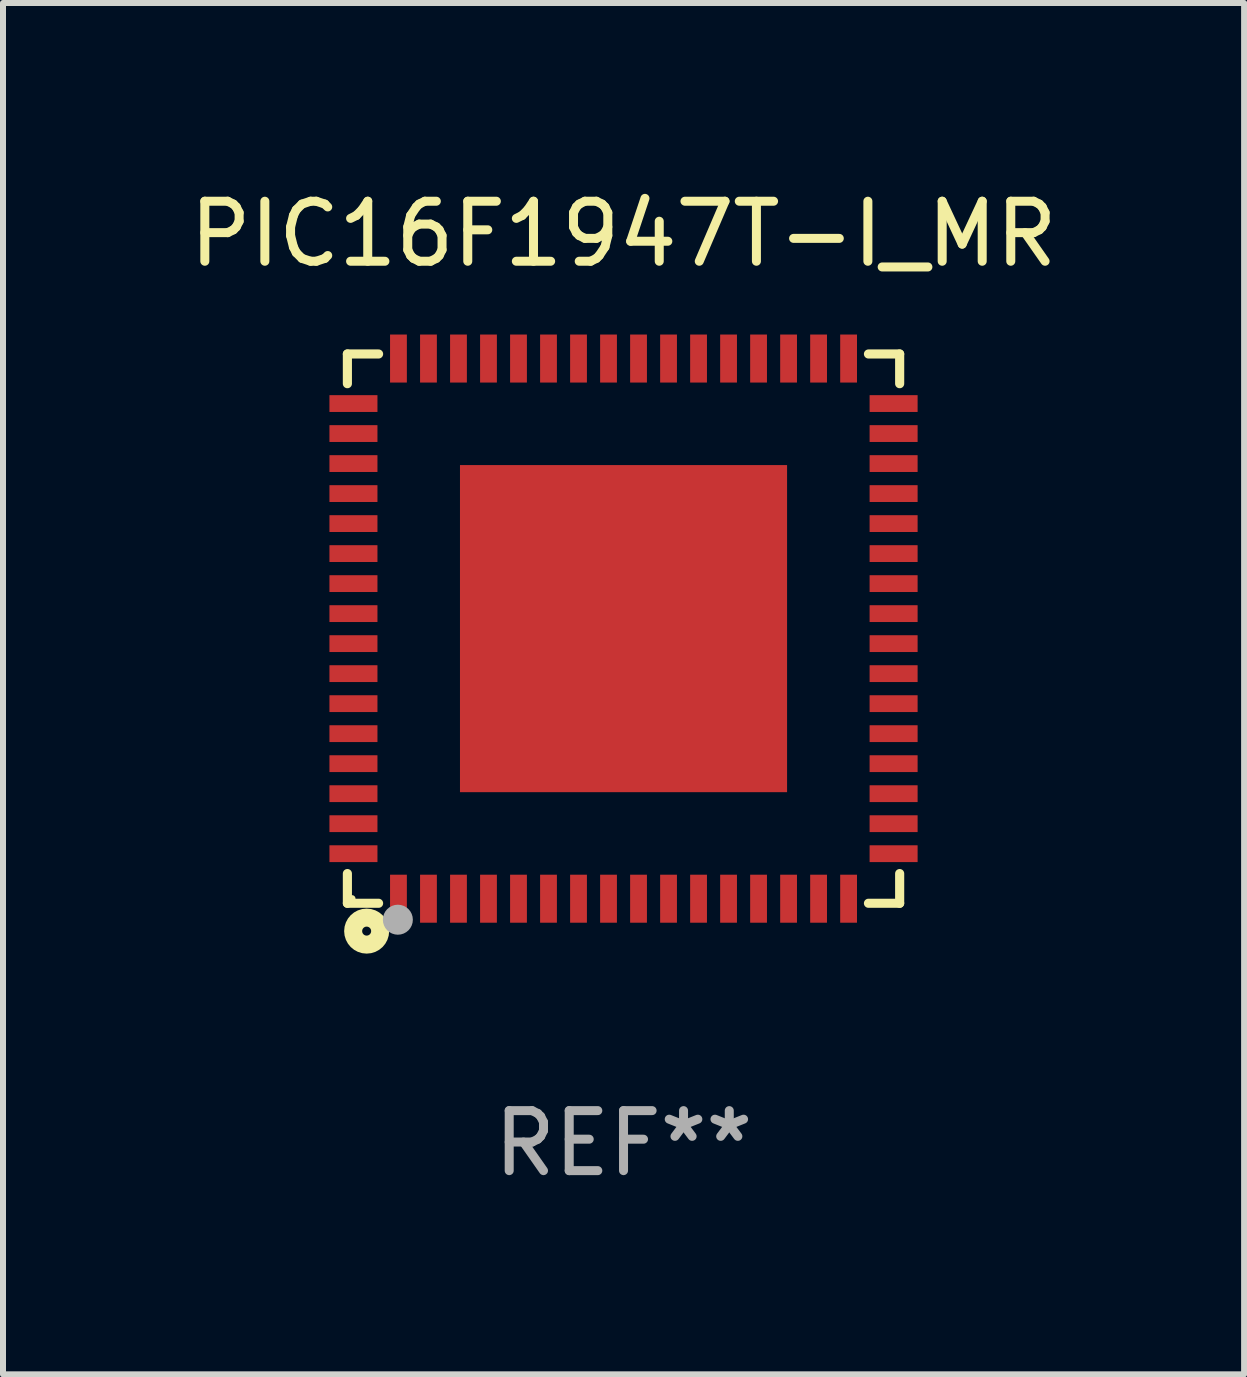
<source format=kicad_pcb>
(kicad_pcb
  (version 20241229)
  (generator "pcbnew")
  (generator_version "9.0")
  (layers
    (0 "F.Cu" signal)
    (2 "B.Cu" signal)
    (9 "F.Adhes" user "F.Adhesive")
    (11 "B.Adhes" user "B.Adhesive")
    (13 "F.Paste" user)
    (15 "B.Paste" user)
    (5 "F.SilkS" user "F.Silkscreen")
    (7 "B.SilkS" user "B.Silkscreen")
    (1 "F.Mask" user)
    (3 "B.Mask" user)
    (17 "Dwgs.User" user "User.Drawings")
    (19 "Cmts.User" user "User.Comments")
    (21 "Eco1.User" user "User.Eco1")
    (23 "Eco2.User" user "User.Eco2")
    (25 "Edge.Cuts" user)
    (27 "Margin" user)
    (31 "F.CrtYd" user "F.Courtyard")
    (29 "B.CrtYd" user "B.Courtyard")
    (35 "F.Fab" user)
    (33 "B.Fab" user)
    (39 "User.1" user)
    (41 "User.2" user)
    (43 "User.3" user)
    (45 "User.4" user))
  (footprint "PIC16F1947T-I_MR"
    (layer "F.Cu")
    (at 7.339 7.424)
    (property "Reference" "PIC16F1947T-I_MR" (at 0 -6.576 0) (layer "F.SilkS") (effects (font (size 1 1) (thickness 0.15))))
    (attr through_hole)
    (fp_line (start -4.601 -4.576) (end -4.081 -4.576) (stroke (width 0.152) (type solid)) (layer "F.SilkS"))
    (fp_line (start -4.601 -4.081) (end -4.601 -4.576) (stroke (width 0.152) (type solid)) (layer "F.SilkS"))
    (fp_line (start -4.601 4.081) (end -4.601 4.576) (stroke (width 0.152) (type solid)) (layer "F.SilkS"))
    (fp_line (start -4.601 4.576) (end -4.081 4.576) (stroke (width 0.152) (type solid)) (layer "F.SilkS"))
    (fp_line (start 4.601 -4.576) (end 4.081 -4.576) (stroke (width 0.152) (type solid)) (layer "F.SilkS"))
    (fp_line (start 4.601 -4.081) (end 4.601 -4.576) (stroke (width 0.152) (type solid)) (layer "F.SilkS"))
    (fp_line (start 4.601 4.081) (end 4.601 4.576) (stroke (width 0.152) (type solid)) (layer "F.SilkS"))
    (fp_line (start 4.601 4.576) (end 4.081 4.576) (stroke (width 0.152) (type solid)) (layer "F.SilkS"))
    (fp_circle (center -4.525 4.5) (end -4.495 4.5) (stroke (width 0.06) (type solid)) (fill no) (layer "F.SilkS"))
    (fp_circle (center -4.28 5.04) (end -4.205 5.04) (stroke (width 0.3) (type solid)) (fill no) (layer "F.SilkS"))
    (fp_circle (center -3.76 4.85) (end -3.635 4.85) (stroke (width 0.25) (type solid)) (fill no) (layer "F.Fab"))
    (fp_text user "REF**" (at 0 8.576 0) (layer "F.Fab") (effects (font (size 1 1) (thickness 0.15))))
    (pad "1" smd rect (at -3.75 4.5) (size 0.28 0.8) (layers "F.Cu" "F.Mask" "F.Paste"))
    (pad "2" smd rect (at -3.25 4.5) (size 0.28 0.8) (layers "F.Cu" "F.Mask" "F.Paste"))
    (pad "3" smd rect (at -2.75 4.5) (size 0.28 0.8) (layers "F.Cu" "F.Mask" "F.Paste"))
    (pad "4" smd rect (at -2.25 4.5) (size 0.28 0.8) (layers "F.Cu" "F.Mask" "F.Paste"))
    (pad "5" smd rect (at -1.75 4.5) (size 0.28 0.8) (layers "F.Cu" "F.Mask" "F.Paste"))
    (pad "6" smd rect (at -1.25 4.5) (size 0.28 0.8) (layers "F.Cu" "F.Mask" "F.Paste"))
    (pad "7" smd rect (at -0.75 4.5) (size 0.28 0.8) (layers "F.Cu" "F.Mask" "F.Paste"))
    (pad "8" smd rect (at -0.25 4.5) (size 0.28 0.8) (layers "F.Cu" "F.Mask" "F.Paste"))
    (pad "9" smd rect (at 0.25 4.5) (size 0.28 0.8) (layers "F.Cu" "F.Mask" "F.Paste"))
    (pad "10" smd rect (at 0.75 4.5) (size 0.28 0.8) (layers "F.Cu" "F.Mask" "F.Paste"))
    (pad "11" smd rect (at 1.25 4.5) (size 0.28 0.8) (layers "F.Cu" "F.Mask" "F.Paste"))
    (pad "12" smd rect (at 1.75 4.5) (size 0.28 0.8) (layers "F.Cu" "F.Mask" "F.Paste"))
    (pad "13" smd rect (at 2.25 4.5) (size 0.28 0.8) (layers "F.Cu" "F.Mask" "F.Paste"))
    (pad "14" smd rect (at 2.75 4.5) (size 0.28 0.8) (layers "F.Cu" "F.Mask" "F.Paste"))
    (pad "15" smd rect (at 3.25 4.5) (size 0.28 0.8) (layers "F.Cu" "F.Mask" "F.Paste"))
    (pad "16" smd rect (at 3.75 4.5) (size 0.28 0.8) (layers "F.Cu" "F.Mask" "F.Paste"))
    (pad "17" smd rect (at 4.5 3.75) (size 0.8 0.28) (layers "F.Cu" "F.Mask" "F.Paste"))
    (pad "18" smd rect (at 4.5 3.25) (size 0.8 0.28) (layers "F.Cu" "F.Mask" "F.Paste"))
    (pad "19" smd rect (at 4.5 2.75) (size 0.8 0.28) (layers "F.Cu" "F.Mask" "F.Paste"))
    (pad "20" smd rect (at 4.5 2.25) (size 0.8 0.28) (layers "F.Cu" "F.Mask" "F.Paste"))
    (pad "21" smd rect (at 4.5 1.75) (size 0.8 0.28) (layers "F.Cu" "F.Mask" "F.Paste"))
    (pad "22" smd rect (at 4.5 1.25) (size 0.8 0.28) (layers "F.Cu" "F.Mask" "F.Paste"))
    (pad "23" smd rect (at 4.5 0.75) (size 0.8 0.28) (layers "F.Cu" "F.Mask" "F.Paste"))
    (pad "24" smd rect (at 4.5 0.25) (size 0.8 0.28) (layers "F.Cu" "F.Mask" "F.Paste"))
    (pad "25" smd rect (at 4.5 -0.25) (size 0.8 0.28) (layers "F.Cu" "F.Mask" "F.Paste"))
    (pad "26" smd rect (at 4.5 -0.75) (size 0.8 0.28) (layers "F.Cu" "F.Mask" "F.Paste"))
    (pad "27" smd rect (at 4.5 -1.25) (size 0.8 0.28) (layers "F.Cu" "F.Mask" "F.Paste"))
    (pad "28" smd rect (at 4.5 -1.75) (size 0.8 0.28) (layers "F.Cu" "F.Mask" "F.Paste"))
    (pad "29" smd rect (at 4.5 -2.25) (size 0.8 0.28) (layers "F.Cu" "F.Mask" "F.Paste"))
    (pad "30" smd rect (at 4.5 -2.75) (size 0.8 0.28) (layers "F.Cu" "F.Mask" "F.Paste"))
    (pad "31" smd rect (at 4.5 -3.25) (size 0.8 0.28) (layers "F.Cu" "F.Mask" "F.Paste"))
    (pad "32" smd rect (at 4.5 -3.75) (size 0.8 0.28) (layers "F.Cu" "F.Mask" "F.Paste"))
    (pad "33" smd rect (at 3.75 -4.5) (size 0.28 0.8) (layers "F.Cu" "F.Mask" "F.Paste"))
    (pad "34" smd rect (at 3.25 -4.5) (size 0.28 0.8) (layers "F.Cu" "F.Mask" "F.Paste"))
    (pad "35" smd rect (at 2.75 -4.5) (size 0.28 0.8) (layers "F.Cu" "F.Mask" "F.Paste"))
    (pad "36" smd rect (at 2.25 -4.5) (size 0.28 0.8) (layers "F.Cu" "F.Mask" "F.Paste"))
    (pad "37" smd rect (at 1.75 -4.5) (size 0.28 0.8) (layers "F.Cu" "F.Mask" "F.Paste"))
    (pad "38" smd rect (at 1.25 -4.5) (size 0.28 0.8) (layers "F.Cu" "F.Mask" "F.Paste"))
    (pad "39" smd rect (at 0.75 -4.5) (size 0.28 0.8) (layers "F.Cu" "F.Mask" "F.Paste"))
    (pad "40" smd rect (at 0.25 -4.5) (size 0.28 0.8) (layers "F.Cu" "F.Mask" "F.Paste"))
    (pad "41" smd rect (at -0.25 -4.5) (size 0.28 0.8) (layers "F.Cu" "F.Mask" "F.Paste"))
    (pad "42" smd rect (at -0.75 -4.5) (size 0.28 0.8) (layers "F.Cu" "F.Mask" "F.Paste"))
    (pad "43" smd rect (at -1.25 -4.5) (size 0.28 0.8) (layers "F.Cu" "F.Mask" "F.Paste"))
    (pad "44" smd rect (at -1.75 -4.5) (size 0.28 0.8) (layers "F.Cu" "F.Mask" "F.Paste"))
    (pad "45" smd rect (at -2.25 -4.5) (size 0.28 0.8) (layers "F.Cu" "F.Mask" "F.Paste"))
    (pad "46" smd rect (at -2.75 -4.5) (size 0.28 0.8) (layers "F.Cu" "F.Mask" "F.Paste"))
    (pad "47" smd rect (at -3.25 -4.5) (size 0.28 0.8) (layers "F.Cu" "F.Mask" "F.Paste"))
    (pad "48" smd rect (at -3.75 -4.5) (size 0.28 0.8) (layers "F.Cu" "F.Mask" "F.Paste"))
    (pad "49" smd rect (at -4.5 -3.75) (size 0.8 0.28) (layers "F.Cu" "F.Mask" "F.Paste"))
    (pad "50" smd rect (at -4.5 -3.25) (size 0.8 0.28) (layers "F.Cu" "F.Mask" "F.Paste"))
    (pad "51" smd rect (at -4.5 -2.75) (size 0.8 0.28) (layers "F.Cu" "F.Mask" "F.Paste"))
    (pad "52" smd rect (at -4.5 -2.25) (size 0.8 0.28) (layers "F.Cu" "F.Mask" "F.Paste"))
    (pad "53" smd rect (at -4.5 -1.75) (size 0.8 0.28) (layers "F.Cu" "F.Mask" "F.Paste"))
    (pad "54" smd rect (at -4.5 -1.25) (size 0.8 0.28) (layers "F.Cu" "F.Mask" "F.Paste"))
    (pad "55" smd rect (at -4.5 -0.75) (size 0.8 0.28) (layers "F.Cu" "F.Mask" "F.Paste"))
    (pad "56" smd rect (at -4.5 -0.25) (size 0.8 0.28) (layers "F.Cu" "F.Mask" "F.Paste"))
    (pad "57" smd rect (at -4.5 0.25) (size 0.8 0.28) (layers "F.Cu" "F.Mask" "F.Paste"))
    (pad "58" smd rect (at -4.5 0.75) (size 0.8 0.28) (layers "F.Cu" "F.Mask" "F.Paste"))
    (pad "59" smd rect (at -4.5 1.25) (size 0.8 0.28) (layers "F.Cu" "F.Mask" "F.Paste"))
    (pad "60" smd rect (at -4.5 1.75) (size 0.8 0.28) (layers "F.Cu" "F.Mask" "F.Paste"))
    (pad "61" smd rect (at -4.5 2.25) (size 0.8 0.28) (layers "F.Cu" "F.Mask" "F.Paste"))
    (pad "62" smd rect (at -4.5 2.75) (size 0.8 0.28) (layers "F.Cu" "F.Mask" "F.Paste"))
    (pad "63" smd rect (at -4.5 3.25) (size 0.8 0.28) (layers "F.Cu" "F.Mask" "F.Paste"))
    (pad "64" smd rect (at -4.5 3.75) (size 0.8 0.28) (layers "F.Cu" "F.Mask" "F.Paste"))
    (pad "65" smd rect (at 0 0) (size 5.45 5.45) (layers "F.Cu" "F.Mask" "F.Paste")))
  (gr_rect
    (start -3 -3)
    (end 17.679 19.849)
    (stroke (width 0.1) (type default))
    (fill no)
    (layer "Edge.Cuts")))
</source>
